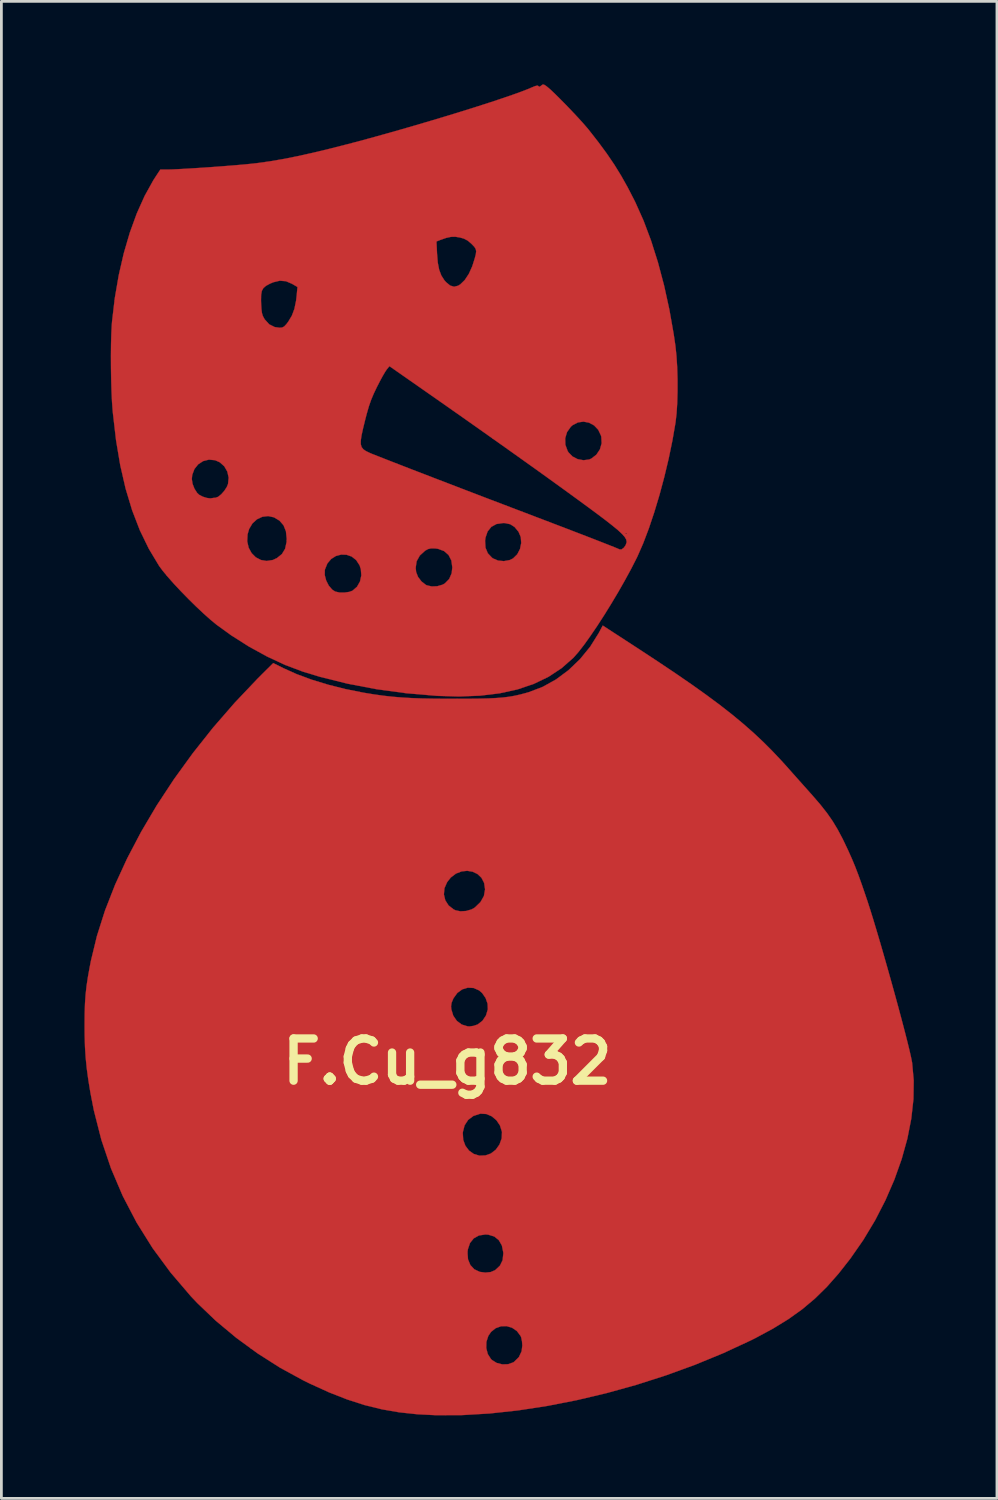
<source format=kicad_pcb>
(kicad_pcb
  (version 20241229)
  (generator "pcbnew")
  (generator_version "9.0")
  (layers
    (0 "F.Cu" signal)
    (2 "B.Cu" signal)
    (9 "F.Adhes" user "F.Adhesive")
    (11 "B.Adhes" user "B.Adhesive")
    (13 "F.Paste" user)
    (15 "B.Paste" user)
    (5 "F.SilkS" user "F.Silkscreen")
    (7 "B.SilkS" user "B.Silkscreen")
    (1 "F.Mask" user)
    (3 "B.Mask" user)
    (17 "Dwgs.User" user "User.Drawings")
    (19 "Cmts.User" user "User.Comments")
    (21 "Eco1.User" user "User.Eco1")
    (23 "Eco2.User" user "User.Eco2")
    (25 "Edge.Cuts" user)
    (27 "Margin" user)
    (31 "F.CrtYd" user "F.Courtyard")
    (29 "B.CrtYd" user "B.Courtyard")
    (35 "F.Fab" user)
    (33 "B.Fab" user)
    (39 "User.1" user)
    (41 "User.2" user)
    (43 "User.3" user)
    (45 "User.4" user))
  (footprint "F.Cu_g832"
    (layer "F.Cu")
    (at 13.104 35.289)
    (property "Reference" "F.Cu_g832" (at 0 0 0) (layer "F.SilkS") (effects (font (size 1.524 1.524) (thickness 0.3))))
    (attr through_hole)
    (fp_poly (pts (xy 6.903 -14.909) (xy 7.614 -14.442) (xy 8.257 -14.011) (xy 8.839 -13.61) (xy 9.366 -13.234) (xy 9.845 -12.878) (xy 10.282 -12.536) (xy 10.683 -12.204) (xy 11.055 -11.877) (xy 11.405 -11.549) (xy 11.739 -11.215) (xy 12.064 -10.871) (xy 12.24 -10.676) (xy 12.446 -10.444) (xy 12.673 -10.189) (xy 12.898 -9.937) (xy 13.099 -9.711) (xy 13.183 -9.617) (xy 13.473 -9.281) (xy 13.713 -8.976) (xy 13.918 -8.682) (xy 14.102 -8.375) (xy 14.282 -8.035) (xy 14.329 -7.938) (xy 14.473 -7.634) (xy 14.602 -7.347) (xy 14.723 -7.058) (xy 14.842 -6.749) (xy 14.967 -6.402) (xy 15.104 -6.001) (xy 15.179 -5.779) (xy 15.277 -5.474) (xy 15.388 -5.117) (xy 15.508 -4.718) (xy 15.636 -4.286) (xy 15.768 -3.829) (xy 15.902 -3.359) (xy 16.036 -2.882) (xy 16.167 -2.41) (xy 16.292 -1.951) (xy 16.409 -1.515) (xy 16.515 -1.111) (xy 16.608 -0.747) (xy 16.685 -0.434) (xy 16.743 -0.181) (xy 16.78 0.003) (xy 16.787 0.042) (xy 16.845 0.68) (xy 16.835 1.355) (xy 16.757 2.058) (xy 16.615 2.783) (xy 16.41 3.52) (xy 16.146 4.263) (xy 15.825 5.003) (xy 15.45 5.733) (xy 15.022 6.445) (xy 14.55 7.123) (xy 14.127 7.661) (xy 13.707 8.136) (xy 13.274 8.561) (xy 12.815 8.946) (xy 12.317 9.302) (xy 11.766 9.641) (xy 11.149 9.974) (xy 10.943 10.077) (xy 9.962 10.532) (xy 8.943 10.951) (xy 7.895 11.332) (xy 6.828 11.674) (xy 5.751 11.973) (xy 4.673 12.228) (xy 3.604 12.437) (xy 2.552 12.598) (xy 1.527 12.709) (xy 0.539 12.767) (xy -0.404 12.771) (xy -1.078 12.737) (xy -1.733 12.667) (xy -2.365 12.558) (xy -2.989 12.404) (xy -3.619 12.201) (xy -4.27 11.946) (xy -4.957 11.633) (xy -5.205 11.511) (xy -6.034 11.059) (xy -6.845 10.542) (xy -7.111 10.349) (xy 1.407 10.349) (xy 1.463 10.564) (xy 1.577 10.742) (xy 1.609 10.774) (xy 1.783 10.883) (xy 1.989 10.935) (xy 2.197 10.929) (xy 2.383 10.862) (xy 2.413 10.842) (xy 2.586 10.671) (xy 2.684 10.461) (xy 2.709 10.257) (xy 2.698 10.103) (xy 2.67 9.967) (xy 2.65 9.914) (xy 2.514 9.732) (xy 2.339 9.612) (xy 2.142 9.554) (xy 1.938 9.56) (xy 1.746 9.629) (xy 1.581 9.761) (xy 1.482 9.905) (xy 1.412 10.121) (xy 1.407 10.349) (xy -7.111 10.349) (xy -7.625 9.973) (xy -8.357 9.363) (xy -9.027 8.723) (xy -9.258 8.479) (xy -9.99 7.622) (xy -10.53 6.889) (xy 0.73 6.889) (xy 0.748 7.141) (xy 0.832 7.347) (xy 0.975 7.501) (xy 1.172 7.594) (xy 1.376 7.62) (xy 1.567 7.601) (xy 1.717 7.537) (xy 1.736 7.525) (xy 1.902 7.369) (xy 1.997 7.174) (xy 2.023 6.934) (xy 2.021 6.889) (xy 1.971 6.642) (xy 1.861 6.449) (xy 1.697 6.317) (xy 1.482 6.251) (xy 1.376 6.244) (xy 1.142 6.28) (xy 0.955 6.384) (xy 0.821 6.551) (xy 0.744 6.776) (xy 0.73 6.889) (xy -10.53 6.889) (xy -10.644 6.734) (xy -11.221 5.811) (xy -11.721 4.853) (xy -12.144 3.86) (xy -12.492 2.829) (xy -12.557 2.575) (xy 0.559 2.575) (xy 0.575 2.827) (xy 0.655 3.043) (xy 0.787 3.216) (xy 0.959 3.337) (xy 1.161 3.397) (xy 1.38 3.388) (xy 1.572 3.32) (xy 1.75 3.184) (xy 1.885 2.994) (xy 1.964 2.773) (xy 1.974 2.546) (xy 1.971 2.525) (xy 1.901 2.305) (xy 1.774 2.118) (xy 1.605 1.976) (xy 1.41 1.893) (xy 1.205 1.881) (xy 1.186 1.884) (xy 0.943 1.963) (xy 0.753 2.106) (xy 0.624 2.304) (xy 0.561 2.55) (xy 0.559 2.575) (xy -12.557 2.575) (xy -12.765 1.759) (xy -12.889 1.122) (xy -12.965 0.656) (xy -13.021 0.244) (xy -13.06 -0.144) (xy -13.085 -0.537) (xy -13.097 -0.963) (xy -13.099 -1.312) (xy -13.096 -1.731) (xy -13.088 -1.995) (xy 0.136 -1.995) (xy 0.146 -1.886) (xy 0.216 -1.656) (xy 0.346 -1.469) (xy 0.522 -1.338) (xy 0.732 -1.274) (xy 0.804 -1.27) (xy 0.946 -1.29) (xy 1.09 -1.339) (xy 1.1 -1.344) (xy 1.271 -1.475) (xy 1.397 -1.665) (xy 1.463 -1.886) (xy 1.455 -2.091) (xy 1.382 -2.298) (xy 1.256 -2.479) (xy 1.147 -2.572) (xy 0.947 -2.659) (xy 0.739 -2.669) (xy 0.539 -2.608) (xy 0.362 -2.479) (xy 0.224 -2.288) (xy 0.218 -2.275) (xy 0.155 -2.124) (xy 0.136 -1.995) (xy -13.088 -1.995) (xy -13.085 -2.09) (xy -13.063 -2.415) (xy -13.028 -2.733) (xy -12.977 -3.068) (xy -12.908 -3.447) (xy -12.87 -3.643) (xy -12.653 -4.538) (xy -12.361 -5.457) (xy -12.134 -6.037) (xy -0.123 -6.037) (xy -0.072 -5.825) (xy 0.046 -5.64) (xy 0.226 -5.498) (xy 0.296 -5.464) (xy 0.473 -5.427) (xy 0.678 -5.439) (xy 0.875 -5.496) (xy 0.993 -5.563) (xy 1.198 -5.761) (xy 1.322 -5.98) (xy 1.364 -6.219) (xy 1.364 -6.223) (xy 1.33 -6.452) (xy 1.236 -6.636) (xy 1.094 -6.772) (xy 0.918 -6.857) (xy 0.72 -6.89) (xy 0.514 -6.868) (xy 0.312 -6.789) (xy 0.127 -6.649) (xy -0.005 -6.483) (xy -0.102 -6.262) (xy -0.123 -6.037) (xy -12.134 -6.037) (xy -11.995 -6.393) (xy -11.56 -7.34) (xy -11.059 -8.294) (xy -10.495 -9.249) (xy -9.871 -10.198) (xy -9.191 -11.137) (xy -8.459 -12.06) (xy -7.677 -12.96) (xy -6.849 -13.833) (xy -6.66 -14.022) (xy -6.286 -14.392) (xy -5.916 -14.207) (xy -5.44 -13.993) (xy -4.897 -13.792) (xy -4.303 -13.611) (xy -3.677 -13.453) (xy -3.033 -13.324) (xy -2.985 -13.316) (xy -2.639 -13.26) (xy -2.312 -13.214) (xy -1.99 -13.178) (xy -1.658 -13.15) (xy -1.304 -13.129) (xy -0.912 -13.115) (xy -0.469 -13.107) (xy 0.039 -13.103) (xy 0.275 -13.103) (xy 0.746 -13.104) (xy 1.143 -13.108) (xy 1.479 -13.116) (xy 1.764 -13.13) (xy 2.01 -13.149) (xy 2.228 -13.176) (xy 2.43 -13.211) (xy 2.627 -13.255) (xy 2.83 -13.309) (xy 2.942 -13.341) (xy 3.445 -13.533) (xy 3.927 -13.801) (xy 4.38 -14.138) (xy 4.794 -14.535) (xy 5.161 -14.984) (xy 5.471 -15.479) (xy 5.481 -15.499) (xy 5.614 -15.748) (xy 6.903 -14.909)) (stroke (width 0.01) (type solid)) (fill yes) (layer "F.Cu"))
    (fp_poly (pts (xy 3.491 -35.283) (xy 3.564 -35.238) (xy 3.628 -35.188) (xy 3.74 -35.091) (xy 3.895 -34.943) (xy 4.081 -34.758) (xy 4.286 -34.55) (xy 4.496 -34.331) (xy 4.699 -34.115) (xy 4.882 -33.914) (xy 5.032 -33.742) (xy 5.105 -33.655) (xy 5.458 -33.203) (xy 5.763 -32.789) (xy 6.032 -32.393) (xy 6.278 -31.994) (xy 6.514 -31.574) (xy 6.753 -31.11) (xy 6.796 -31.023) (xy 7.088 -30.37) (xy 7.36 -29.646) (xy 7.608 -28.862) (xy 7.829 -28.029) (xy 8.02 -27.159) (xy 8.178 -26.263) (xy 8.239 -25.845) (xy 8.276 -25.488) (xy 8.302 -25.082) (xy 8.315 -24.649) (xy 8.315 -24.211) (xy 8.304 -23.789) (xy 8.28 -23.407) (xy 8.243 -23.085) (xy 8.241 -23.072) (xy 8.13 -22.43) (xy 7.994 -21.772) (xy 7.836 -21.111) (xy 7.662 -20.461) (xy 7.474 -19.838) (xy 7.278 -19.253) (xy 7.077 -18.723) (xy 6.875 -18.261) (xy 6.837 -18.182) (xy 6.638 -17.792) (xy 6.414 -17.381) (xy 6.174 -16.959) (xy 5.922 -16.537) (xy 5.667 -16.125) (xy 5.415 -15.735) (xy 5.172 -15.377) (xy 4.946 -15.061) (xy 4.743 -14.799) (xy 4.57 -14.601) (xy 4.551 -14.581) (xy 4.13 -14.21) (xy 3.654 -13.896) (xy 3.124 -13.641) (xy 2.536 -13.442) (xy 1.89 -13.3) (xy 1.184 -13.215) (xy 0.417 -13.185) (xy -0.368 -13.208) (xy -1.474 -13.302) (xy -2.555 -13.449) (xy -3.598 -13.647) (xy -4.592 -13.894) (xy -5.221 -14.085) (xy -5.853 -14.323) (xy -6.505 -14.627) (xy -7.16 -14.986) (xy -7.8 -15.392) (xy -8.335 -15.779) (xy -8.551 -15.957) (xy -8.799 -16.178) (xy -9.067 -16.43) (xy -9.343 -16.701) (xy -9.614 -16.979) (xy -9.869 -17.251) (xy -10.095 -17.506) (xy -10.147 -17.569) (xy -4.426 -17.569) (xy -4.374 -17.373) (xy -4.281 -17.19) (xy -4.157 -17.045) (xy -4.046 -16.974) (xy -3.896 -16.941) (xy -3.714 -16.939) (xy -3.538 -16.964) (xy -3.422 -17.007) (xy -3.26 -17.149) (xy -3.152 -17.34) (xy -3.105 -17.559) (xy -3.123 -17.789) (xy -3.138 -17.833) (xy -1.142 -17.833) (xy -1.125 -17.678) (xy -1.056 -17.503) (xy -0.931 -17.339) (xy -0.774 -17.217) (xy -0.743 -17.202) (xy -0.565 -17.16) (xy -0.361 -17.168) (xy -0.171 -17.223) (xy -0.089 -17.269) (xy 0.069 -17.429) (xy 0.158 -17.637) (xy 0.181 -17.849) (xy 0.147 -18.097) (xy 0.046 -18.295) (xy -0.116 -18.437) (xy -0.333 -18.518) (xy -0.432 -18.532) (xy -0.586 -18.535) (xy -0.697 -18.509) (xy -0.8 -18.451) (xy -0.993 -18.276) (xy -1.107 -18.07) (xy -1.142 -17.833) (xy -3.138 -17.833) (xy -3.167 -17.921) (xy -3.29 -18.111) (xy -3.452 -18.239) (xy -3.638 -18.304) (xy -3.834 -18.31) (xy -4.024 -18.259) (xy -4.195 -18.151) (xy -4.331 -17.99) (xy -4.417 -17.777) (xy -4.423 -17.752) (xy -4.426 -17.569) (xy -10.147 -17.569) (xy -10.28 -17.729) (xy -10.41 -17.905) (xy -10.779 -18.52) (xy -10.908 -18.786) (xy -7.226 -18.786) (xy -7.173 -18.556) (xy -7.066 -18.362) (xy -6.916 -18.212) (xy -6.732 -18.115) (xy -6.525 -18.08) (xy -6.306 -18.114) (xy -6.153 -18.184) (xy -5.973 -18.329) (xy -5.858 -18.519) (xy -5.805 -18.761) (xy -5.803 -18.807) (xy 1.365 -18.807) (xy 1.38 -18.558) (xy 1.464 -18.357) (xy 1.618 -18.195) (xy 1.651 -18.172) (xy 1.833 -18.094) (xy 2.044 -18.074) (xy 2.251 -18.112) (xy 2.375 -18.172) (xy 2.526 -18.32) (xy 2.626 -18.513) (xy 2.67 -18.728) (xy 2.654 -18.943) (xy 2.573 -19.134) (xy 2.572 -19.135) (xy 2.429 -19.307) (xy 2.273 -19.407) (xy 2.083 -19.447) (xy 2.011 -19.449) (xy 1.775 -19.414) (xy 1.588 -19.311) (xy 1.455 -19.144) (xy 1.379 -18.92) (xy 1.365 -18.807) (xy -5.803 -18.807) (xy -5.8 -18.883) (xy -5.828 -19.153) (xy -5.914 -19.368) (xy -6.06 -19.536) (xy -6.26 -19.656) (xy -6.471 -19.701) (xy -6.679 -19.676) (xy -6.871 -19.587) (xy -7.035 -19.439) (xy -7.156 -19.238) (xy -7.213 -19.043) (xy -7.226 -18.786) (xy -10.908 -18.786) (xy -11.103 -19.187) (xy -11.382 -19.911) (xy -11.618 -20.694) (xy -11.697 -21.04) (xy -9.227 -21.04) (xy -9.2 -20.867) (xy -9.131 -20.689) (xy -9.035 -20.539) (xy -8.956 -20.466) (xy -8.828 -20.401) (xy -8.683 -20.356) (xy -8.559 -20.34) (xy -8.516 -20.346) (xy -8.427 -20.36) (xy -8.374 -20.362) (xy -8.277 -20.397) (xy -8.164 -20.488) (xy -8.053 -20.613) (xy -7.963 -20.752) (xy -7.919 -20.859) (xy -7.896 -21.09) (xy -7.945 -21.309) (xy -8.055 -21.5) (xy -8.219 -21.645) (xy -8.388 -21.719) (xy -8.611 -21.739) (xy -8.819 -21.686) (xy -8.997 -21.57) (xy -9.132 -21.401) (xy -9.211 -21.191) (xy -9.227 -21.04) (xy -11.697 -21.04) (xy -11.812 -21.541) (xy -11.939 -22.295) (xy -3.124 -22.295) (xy -3.094 -22.192) (xy -3.033 -22.114) (xy -2.939 -22.049) (xy -2.811 -21.987) (xy -2.773 -21.97) (xy -2.678 -21.931) (xy -2.51 -21.865) (xy -2.278 -21.774) (xy -1.989 -21.661) (xy -1.649 -21.529) (xy -1.266 -21.38) (xy -0.847 -21.219) (xy -0.399 -21.046) (xy 0.07 -20.866) (xy 0.554 -20.68) (xy 1.045 -20.492) (xy 1.536 -20.304) (xy 2.02 -20.12) (xy 2.489 -19.941) (xy 2.625 -19.89) (xy 3.241 -19.655) (xy 3.81 -19.438) (xy 4.328 -19.24) (xy 4.791 -19.062) (xy 5.196 -18.906) (xy 5.54 -18.772) (xy 5.817 -18.663) (xy 6.026 -18.58) (xy 6.163 -18.524) (xy 6.223 -18.496) (xy 6.293 -18.498) (xy 6.373 -18.556) (xy 6.44 -18.648) (xy 6.476 -18.752) (xy 6.477 -18.774) (xy 6.461 -18.855) (xy 6.408 -18.947) (xy 6.31 -19.058) (xy 6.296 -19.071) (xy 6.435 -19.071) (xy 6.456 -19.05) (xy 6.477 -19.071) (xy 6.456 -19.092) (xy 6.435 -19.071) (xy 6.296 -19.071) (xy 6.162 -19.195) (xy 5.955 -19.365) (xy 5.741 -19.533) (xy 5.458 -19.747) (xy 5.11 -20.005) (xy 4.702 -20.304) (xy 4.239 -20.641) (xy 3.727 -21.011) (xy 3.169 -21.412) (xy 2.57 -21.839) (xy 1.937 -22.289) (xy 1.623 -22.511) (xy 4.258 -22.511) (xy 4.264 -22.277) (xy 4.346 -22.053) (xy 4.377 -22.002) (xy 4.522 -21.853) (xy 4.71 -21.756) (xy 4.918 -21.718) (xy 5.121 -21.744) (xy 5.199 -21.776) (xy 5.384 -21.918) (xy 5.511 -22.108) (xy 5.574 -22.329) (xy 5.562 -22.561) (xy 5.549 -22.611) (xy 5.45 -22.819) (xy 5.301 -22.975) (xy 5.118 -23.074) (xy 4.918 -23.112) (xy 4.716 -23.083) (xy 4.527 -22.985) (xy 4.462 -22.928) (xy 4.324 -22.734) (xy 4.258 -22.511) (xy 1.623 -22.511) (xy 1.273 -22.759) (xy 0.584 -23.245) (xy -0.126 -23.743) (xy -0.851 -24.25) (xy -0.95 -24.319) (xy -2.09 -25.115) (xy -2.189 -24.993) (xy -2.245 -24.909) (xy -2.328 -24.768) (xy -2.426 -24.588) (xy -2.529 -24.388) (xy -2.542 -24.363) (xy -2.658 -24.119) (xy -2.752 -23.895) (xy -2.833 -23.662) (xy -2.911 -23.391) (xy -2.964 -23.185) (xy -3.042 -22.868) (xy -3.096 -22.622) (xy -3.124 -22.435) (xy -3.124 -22.295) (xy -11.939 -22.295) (xy -11.965 -22.455) (xy -12.079 -23.441) (xy -12.087 -23.528) (xy -12.11 -23.848) (xy -12.127 -24.223) (xy -12.139 -24.634) (xy -12.146 -25.064) (xy -12.148 -25.493) (xy -12.144 -25.903) (xy -12.134 -26.276) (xy -12.118 -26.593) (xy -12.107 -26.733) (xy -12.018 -27.492) (xy -6.727 -27.492) (xy -6.723 -27.363) (xy -6.711 -27.167) (xy -6.693 -27.031) (xy -6.661 -26.927) (xy -6.61 -26.832) (xy -6.589 -26.799) (xy -6.43 -26.625) (xy -6.232 -26.527) (xy -6.054 -26.503) (xy -5.965 -26.511) (xy -5.893 -26.547) (xy -5.815 -26.628) (xy -5.746 -26.719) (xy -5.615 -26.936) (xy -5.522 -27.183) (xy -5.461 -27.48) (xy -5.439 -27.671) (xy -5.411 -27.974) (xy -5.605 -28.088) (xy -5.827 -28.183) (xy -6.052 -28.201) (xy -6.291 -28.143) (xy -6.413 -28.09) (xy -6.55 -28.015) (xy -6.642 -27.935) (xy -6.698 -27.833) (xy -6.723 -27.691) (xy -6.727 -27.492) (xy -12.018 -27.492) (xy -12.007 -27.581) (xy -11.865 -28.404) (xy -11.684 -29.192) (xy -11.559 -29.619) (xy -0.391 -29.619) (xy -0.37 -29.171) (xy -0.343 -28.849) (xy -0.293 -28.594) (xy -0.215 -28.389) (xy -0.105 -28.217) (xy -0.044 -28.148) (xy 0.104 -28.026) (xy 0.244 -27.984) (xy 0.389 -28.02) (xy 0.47 -28.07) (xy 0.631 -28.226) (xy 0.778 -28.449) (xy 0.899 -28.717) (xy 0.922 -28.787) (xy 0.99 -29.003) (xy 1.03 -29.156) (xy 1.043 -29.265) (xy 1.026 -29.348) (xy 0.979 -29.422) (xy 0.901 -29.505) (xy 0.882 -29.524) (xy 0.741 -29.647) (xy 0.6 -29.721) (xy 0.455 -29.762) (xy 0.288 -29.789) (xy 0.133 -29.785) (xy -0.038 -29.748) (xy -0.253 -29.673) (xy -0.27 -29.666) (xy -0.391 -29.619) (xy -11.559 -29.619) (xy -11.466 -29.937) (xy -11.214 -30.631) (xy -10.93 -31.264) (xy -10.618 -31.827) (xy -10.519 -31.981) (xy -10.363 -32.216) (xy -10.1 -32.216) (xy -9.953 -32.219) (xy -9.736 -32.229) (xy -9.462 -32.244) (xy -9.146 -32.263) (xy -8.802 -32.285) (xy -8.444 -32.31) (xy -8.085 -32.337) (xy -7.741 -32.364) (xy -7.424 -32.391) (xy -7.26 -32.406) (xy -6.839 -32.452) (xy -6.4 -32.514) (xy -5.933 -32.594) (xy -5.429 -32.694) (xy -4.878 -32.816) (xy -4.269 -32.962) (xy -3.593 -33.134) (xy -3.365 -33.194) (xy -2.832 -33.337) (xy -2.277 -33.491) (xy -1.708 -33.652) (xy -1.134 -33.818) (xy -0.563 -33.987) (xy -0.003 -34.155) (xy 0.537 -34.321) (xy 1.05 -34.482) (xy 1.527 -34.635) (xy 1.96 -34.779) (xy 2.34 -34.909) (xy 2.66 -35.024) (xy 2.911 -35.121) (xy 3.023 -35.169) (xy 3.169 -35.229) (xy 3.255 -35.249) (xy 3.291 -35.231) (xy 3.293 -35.228) (xy 3.322 -35.201) (xy 3.383 -35.239) (xy 3.389 -35.245) (xy 3.441 -35.284) (xy 3.491 -35.283)) (stroke (width 0.01) (type solid)) (fill yes) (layer "F.Cu")))
  (gr_rect
    (start -3 -3)
    (end 32.955 51.065)
    (stroke (width 0.1) (type default))
    (fill no)
    (layer "Edge.Cuts")))
</source>
